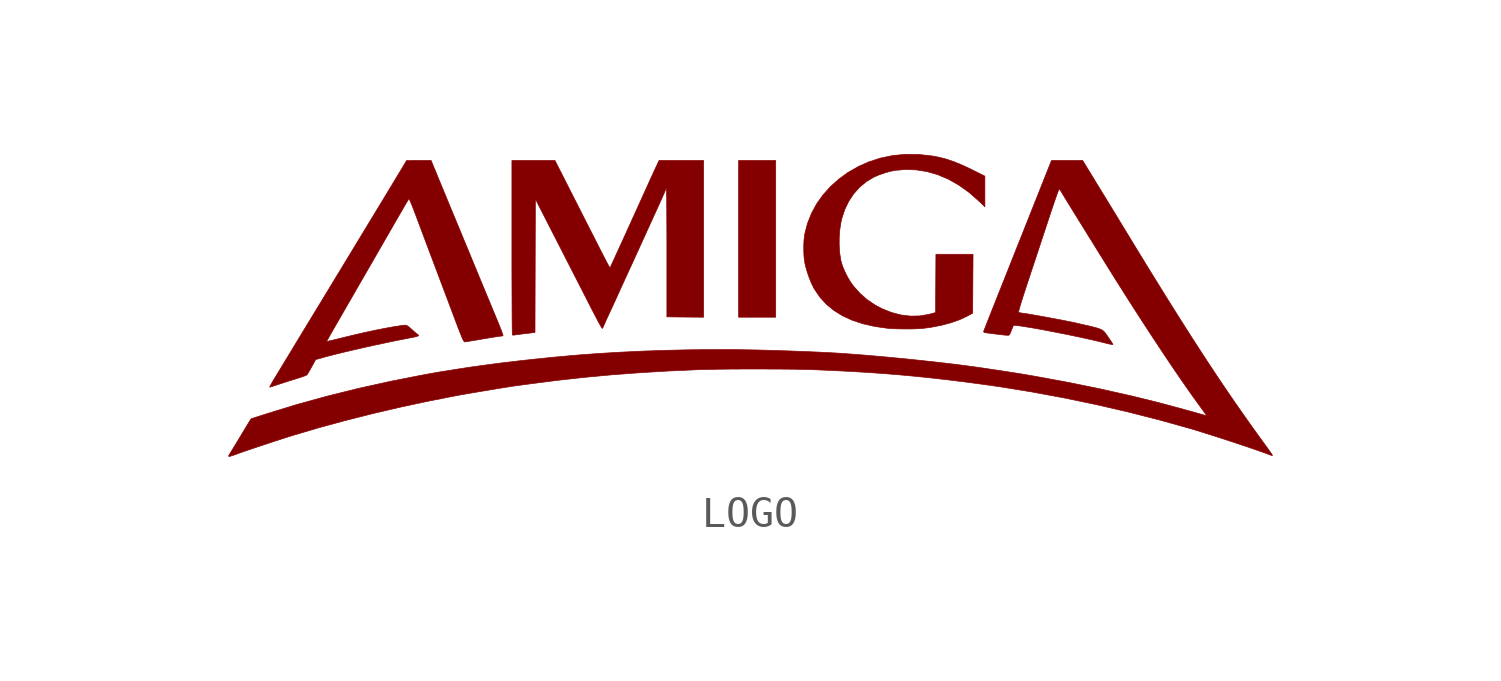
<source format=kicad_sym>
(kicad_symbol_lib
  (version 20220914)
  (generator "bitmap2component")
  (generator_version "9.0")
  (symbol "LOGO"
    (pin_names
      (offset 1.016))
    (property "Reference" "#G"
      (at 0 4.368 0)
      (effects (font (size 1.27 1.27)) hide))
    (symbol "LOGO_0_0"
      (polyline (pts (xy -16.718 -4.854) (xy -16.631 -4.826) (xy -16.506 -4.78) (xy -16.505 -4.78) (xy -16.415 -4.747) (xy -16.291 -4.704) (xy -16.137 -4.651) (xy -15.961 -4.592) (xy -15.771 -4.529) (xy -15.572 -4.463) (xy -15.373 -4.397) (xy -15.18 -4.334) (xy -15 -4.276) (xy -14.839 -4.225) (xy -14.706 -4.184) (xy -14.686 -4.178) (xy -13.872 -3.938) (xy -13.022 -3.707) (xy -12.146 -3.486) (xy -11.253 -3.278) (xy -10.353 -3.085) (xy -9.455 -2.909) (xy -9.341 -2.888) (xy -9.186 -2.861) (xy -9.008 -2.83) (xy -8.813 -2.797) (xy -8.608 -2.762) (xy -8.401 -2.728) (xy -8.197 -2.694) (xy -8.004 -2.663) (xy -7.828 -2.635) (xy -7.676 -2.611) (xy -7.555 -2.593) (xy -7.471 -2.582) (xy -7.429 -2.576) (xy -7.344 -2.565) (xy -7.232 -2.55) (xy -7.102 -2.533) (xy -6.964 -2.514) (xy -6.191 -2.415) (xy -5.339 -2.321) (xy -4.468 -2.24) (xy -3.572 -2.173) (xy -2.644 -2.117) (xy -1.679 -2.074) (xy -1.614 -2.071) (xy -1.421 -2.066) (xy -1.194 -2.062) (xy -0.937 -2.058) (xy -0.658 -2.055) (xy -0.361 -2.053) (xy -0.054 -2.052) (xy 0.257 -2.052) (xy 0.567 -2.053) (xy 0.868 -2.054) (xy 1.155 -2.056) (xy 1.422 -2.059) (xy 1.663 -2.063) (xy 1.871 -2.068) (xy 2.04 -2.074) (xy 2.64 -2.1) (xy 3.22 -2.129) (xy 3.77 -2.162) (xy 4.3 -2.199) (xy 4.818 -2.241) (xy 5.331 -2.288) (xy 5.848 -2.342) (xy 6.378 -2.402) (xy 6.927 -2.47) (xy 7.505 -2.547) (xy 8.055 -2.625) (xy 9.075 -2.791) (xy 10.111 -2.983) (xy 11.151 -3.199) (xy 12.183 -3.438) (xy 13.195 -3.696) (xy 14.176 -3.97) (xy 14.193 -3.975) (xy 14.373 -4.029) (xy 14.576 -4.092) (xy 14.797 -4.162) (xy 15.031 -4.236) (xy 15.272 -4.314) (xy 15.515 -4.394) (xy 15.753 -4.473) (xy 15.982 -4.549) (xy 16.195 -4.622) (xy 16.388 -4.689) (xy 16.554 -4.747) (xy 16.688 -4.796) (xy 16.785 -4.834) (xy 16.808 -4.84) (xy 16.824 -4.834) (xy 16.814 -4.814) (xy 16.782 -4.765) (xy 16.734 -4.695) (xy 16.674 -4.612) (xy 16.661 -4.595) (xy 16.401 -4.238) (xy 16.145 -3.882) (xy 15.892 -3.523) (xy 15.639 -3.161) (xy 15.385 -2.791) (xy 15.128 -2.411) (xy 14.867 -2.019) (xy 14.599 -1.611) (xy 14.323 -1.186) (xy 14.038 -0.74) (xy 13.741 -0.271) (xy 13.43 0.225) (xy 13.105 0.749) (xy 12.762 1.304) (xy 12.402 1.893) (xy 12.021 2.519) (xy 11.999 2.555) (xy 11.89 2.734) (xy 11.785 2.906) (xy 11.687 3.068) (xy 11.598 3.213) (xy 11.523 3.336) (xy 11.465 3.431) (xy 11.427 3.493) (xy 11.402 3.534) (xy 11.344 3.628) (xy 11.271 3.747) (xy 11.188 3.883) (xy 11.099 4.029) (xy 11.01 4.175) (xy 10.71 4.665) (xy 10.209 4.665) (xy 9.707 4.665) (xy 9.386 3.86) (xy 9.29 3.617) (xy 9.1 3.139) (xy 8.914 2.672) (xy 8.735 2.22) (xy 8.562 1.787) (xy 8.399 1.376) (xy 8.246 0.991) (xy 8.105 0.637) (xy 7.977 0.316) (xy 7.865 0.034) (xy 7.843 -0.022) (xy 7.771 -0.203) (xy 7.705 -0.37) (xy 7.646 -0.519) (xy 7.596 -0.645) (xy 7.558 -0.743) (xy 7.533 -0.809) (xy 7.522 -0.838) (xy 7.523 -0.859) (xy 7.548 -0.876) (xy 7.61 -0.888) (xy 7.753 -0.906) (xy 7.935 -0.929) (xy 8.078 -0.946) (xy 8.186 -0.958) (xy 8.262 -0.964) (xy 8.31 -0.966) (xy 8.333 -0.963) (xy 8.356 -0.938) (xy 8.386 -0.882) (xy 8.416 -0.808) (xy 8.444 -0.735) (xy 8.468 -0.677) (xy 8.482 -0.65) (xy 8.5 -0.646) (xy 8.56 -0.649) (xy 8.656 -0.659) (xy 8.785 -0.678) (xy 8.942 -0.703) (xy 9.123 -0.733) (xy 9.323 -0.769) (xy 9.539 -0.809) (xy 9.766 -0.853) (xy 10 -0.899) (xy 10.237 -0.946) (xy 10.472 -0.995) (xy 10.702 -1.044) (xy 10.921 -1.093) (xy 11.127 -1.139) (xy 11.313 -1.184) (xy 11.477 -1.225) (xy 11.533 -1.239) (xy 11.611 -1.256) (xy 11.666 -1.264) (xy 11.686 -1.261) (xy 11.686 -1.261) (xy 11.672 -1.235) (xy 11.638 -1.18) (xy 11.588 -1.105) (xy 11.527 -1.017) (xy 11.497 -0.975) (xy 11.459 -0.919) (xy 11.424 -0.874) (xy 11.389 -0.836) (xy 11.349 -0.804) (xy 11.298 -0.777) (xy 11.233 -0.751) (xy 11.148 -0.725) (xy 11.038 -0.696) (xy 10.899 -0.662) (xy 10.726 -0.623) (xy 10.514 -0.574) (xy 10.449 -0.559) (xy 10.328 -0.534) (xy 10.18 -0.505) (xy 10.012 -0.472) (xy 9.832 -0.438) (xy 9.646 -0.403) (xy 9.461 -0.369) (xy 9.284 -0.337) (xy 9.124 -0.309) (xy 8.986 -0.285) (xy 8.878 -0.268) (xy 8.808 -0.258) (xy 8.745 -0.25) (xy 8.681 -0.238) (xy 8.647 -0.228) (xy 8.647 -0.227) (xy 8.648 -0.201) (xy 8.664 -0.133) (xy 8.695 -0.023) (xy 8.741 0.128) (xy 8.802 0.319) (xy 8.877 0.551) (xy 8.967 0.824) (xy 8.984 0.875) (xy 9.07 1.136) (xy 9.165 1.42) (xy 9.263 1.717) (xy 9.362 2.016) (xy 9.457 2.305) (xy 9.546 2.573) (xy 9.624 2.81) (xy 9.673 2.959) (xy 9.735 3.145) (xy 9.793 3.314) (xy 9.844 3.462) (xy 9.887 3.583) (xy 9.921 3.675) (xy 9.944 3.732) (xy 9.954 3.75) (xy 9.973 3.728) (xy 10.007 3.678) (xy 10.048 3.611) (xy 10.054 3.6) (xy 10.097 3.53) (xy 10.161 3.425) (xy 10.246 3.287) (xy 10.349 3.119) (xy 10.47 2.923) (xy 10.606 2.703) (xy 10.757 2.46) (xy 10.92 2.197) (xy 10.96 2.133) (xy 11.04 2.004) (xy 11.133 1.853) (xy 11.235 1.689) (xy 11.338 1.523) (xy 11.437 1.364) (xy 11.482 1.291) (xy 11.782 0.811) (xy 12.084 0.334) (xy 12.383 -0.135) (xy 12.68 -0.594) (xy 12.971 -1.039) (xy 13.253 -1.466) (xy 13.524 -1.872) (xy 13.783 -2.253) (xy 14.027 -2.606) (xy 14.252 -2.926) (xy 14.458 -3.212) (xy 14.521 -3.298) (xy 14.595 -3.399) (xy 14.646 -3.471) (xy 14.678 -3.518) (xy 14.694 -3.545) (xy 14.696 -3.557) (xy 14.687 -3.558) (xy 14.671 -3.552) (xy 14.668 -3.551) (xy 14.624 -3.537) (xy 14.543 -3.513) (xy 14.431 -3.481) (xy 14.294 -3.443) (xy 14.139 -3.4) (xy 13.97 -3.353) (xy 13.795 -3.305) (xy 13.619 -3.258) (xy 13.448 -3.212) (xy 13.289 -3.169) (xy 13.146 -3.132) (xy 13.027 -3.101) (xy 12.263 -2.914) (xy 11.269 -2.691) (xy 10.249 -2.483) (xy 9.195 -2.289) (xy 9.141 -2.28) (xy 8.998 -2.255) (xy 8.865 -2.232) (xy 8.738 -2.211) (xy 8.61 -2.19) (xy 8.474 -2.169) (xy 8.326 -2.146) (xy 8.157 -2.12) (xy 7.963 -2.091) (xy 7.736 -2.057) (xy 7.471 -2.017) (xy 7.162 -1.973) (xy 6.792 -1.925) (xy 6.39 -1.875) (xy 5.964 -1.826) (xy 5.52 -1.778) (xy 5.066 -1.731) (xy 4.609 -1.686) (xy 4.155 -1.644) (xy 3.711 -1.606) (xy 3.286 -1.573) (xy 2.885 -1.544) (xy 2.735 -1.535) (xy 2.491 -1.522) (xy 2.212 -1.508) (xy 1.906 -1.495) (xy 1.577 -1.482) (xy 1.233 -1.469) (xy 0.878 -1.458) (xy 0.521 -1.447) (xy 0.165 -1.438) (xy -0.496 -1.427) (xy -1.216 -1.426) (xy -1.955 -1.433) (xy -2.701 -1.45) (xy -3.445 -1.475) (xy -4.175 -1.51) (xy -4.883 -1.552) (xy -5.556 -1.602) (xy -5.808 -1.624) (xy -6.365 -1.675) (xy -6.924 -1.732) (xy -7.478 -1.793) (xy -8.018 -1.857) (xy -8.536 -1.925) (xy -9.025 -1.993) (xy -9.477 -2.063) (xy -9.525 -2.071) (xy -9.671 -2.094) (xy -9.802 -2.115) (xy -9.913 -2.133) (xy -9.995 -2.146) (xy -10.041 -2.153) (xy -10.051 -2.155) (xy -10.11 -2.165) (xy -10.202 -2.182) (xy -10.32 -2.203) (xy -10.457 -2.228) (xy -10.604 -2.255) (xy -11.606 -2.453) (xy -12.645 -2.683) (xy -13.654 -2.934) (xy -14.63 -3.204) (xy -15.568 -3.492) (xy -15.646 -3.518) (xy -15.78 -3.56) (xy -15.895 -3.597) (xy -15.985 -3.626) (xy -16.045 -3.644) (xy -16.069 -3.651) (xy -16.069 -3.651) (xy -16.084 -3.671) (xy -16.118 -3.724) (xy -16.168 -3.803) (xy -16.229 -3.903) (xy -16.297 -4.017) (xy -16.352 -4.109) (xy -16.437 -4.251) (xy -16.522 -4.391) (xy -16.598 -4.516) (xy -16.659 -4.615) (xy -16.66 -4.617) (xy -16.715 -4.707) (xy -16.76 -4.783) (xy -16.791 -4.835) (xy -16.802 -4.857) (xy -16.798 -4.865) (xy -16.772 -4.867) (xy -16.718 -4.854)) (stroke (width 0.01) (type default)) (fill (type outline)))
      (polyline (pts (xy -15.444 -2.629) (xy -15.381 -2.609) (xy -15.293 -2.58) (xy -15.189 -2.546) (xy -15.071 -2.507) (xy -14.917 -2.457) (xy -14.759 -2.408) (xy -14.616 -2.364) (xy -14.581 -2.353) (xy -14.472 -2.318) (xy -14.379 -2.286) (xy -14.312 -2.26) (xy -14.28 -2.242) (xy -14.26 -2.215) (xy -14.223 -2.156) (xy -14.175 -2.074) (xy -14.122 -1.98) (xy -13.996 -1.748) (xy -13.692 -1.664) (xy -13.558 -1.628) (xy -13.327 -1.569) (xy -13.065 -1.505) (xy -12.779 -1.438) (xy -12.477 -1.368) (xy -12.167 -1.299) (xy -11.855 -1.232) (xy -11.551 -1.168) (xy -11.261 -1.109) (xy -10.992 -1.057) (xy -10.931 -1.046) (xy -10.816 -1.022) (xy -10.739 -1.004) (xy -10.696 -0.988) (xy -10.68 -0.971) (xy -10.689 -0.953) (xy -10.717 -0.931) (xy -10.748 -0.908) (xy -10.809 -0.858) (xy -10.874 -0.801) (xy -10.926 -0.753) (xy -10.992 -0.696) (xy -11.041 -0.66) (xy -11.086 -0.642) (xy -11.139 -0.64) (xy -11.212 -0.649) (xy -11.317 -0.665) (xy -11.476 -0.69) (xy -11.761 -0.741) (xy -12.077 -0.803) (xy -12.417 -0.876) (xy -12.773 -0.958) (xy -13.138 -1.047) (xy -13.214 -1.066) (xy -13.349 -1.099) (xy -13.465 -1.127) (xy -13.556 -1.148) (xy -13.616 -1.161) (xy -13.639 -1.165) (xy -13.639 -1.162) (xy -13.632 -1.146) (xy -13.616 -1.114) (xy -13.588 -1.063) (xy -13.547 -0.991) (xy -13.492 -0.894) (xy -13.421 -0.769) (xy -13.332 -0.615) (xy -13.224 -0.427) (xy -13.095 -0.203) (xy -13.056 -0.136) (xy -12.977 0.002) (xy -12.903 0.129) (xy -12.839 0.24) (xy -12.788 0.328) (xy -12.756 0.383) (xy -12.737 0.417) (xy -12.687 0.504) (xy -12.619 0.623) (xy -12.535 0.768) (xy -12.438 0.936) (xy -12.331 1.121) (xy -12.216 1.32) (xy -12.096 1.529) (xy -11.973 1.742) (xy -11.85 1.956) (xy -11.729 2.166) (xy -11.613 2.367) (xy -11.504 2.556) (xy -11.405 2.728) (xy -11.318 2.878) (xy -11.246 3.002) (xy -11.192 3.096) (xy -11.157 3.155) (xy -11.146 3.176) (xy -11.09 3.271) (xy -11.042 3.35) (xy -11.008 3.406) (xy -10.991 3.431) (xy -10.989 3.43) (xy -10.973 3.405) (xy -10.945 3.344) (xy -10.907 3.255) (xy -10.863 3.143) (xy -10.813 3.014) (xy -10.798 2.974) (xy -10.753 2.853) (xy -10.695 2.697) (xy -10.626 2.514) (xy -10.548 2.308) (xy -10.465 2.086) (xy -10.377 1.852) (xy -10.287 1.613) (xy -10.197 1.375) (xy -10.177 1.321) (xy -10.082 1.07) (xy -9.985 0.81) (xy -9.887 0.551) (xy -9.791 0.297) (xy -9.701 0.058) (xy -9.619 -0.161) (xy -9.547 -0.351) (xy -9.489 -0.507) (xy -9.488 -0.509) (xy -9.416 -0.7) (xy -9.357 -0.852) (xy -9.31 -0.969) (xy -9.274 -1.056) (xy -9.245 -1.117) (xy -9.223 -1.155) (xy -9.206 -1.175) (xy -9.192 -1.18) (xy -9.175 -1.177) (xy -9.116 -1.168) (xy -9.023 -1.153) (xy -8.904 -1.133) (xy -8.765 -1.11) (xy -8.613 -1.084) (xy -8.512 -1.067) (xy -8.367 -1.043) (xy -8.238 -1.022) (xy -8.133 -1.006) (xy -8.059 -0.995) (xy -8.023 -0.992) (xy -7.987 -0.988) (xy -7.959 -0.975) (xy -7.963 -0.956) (xy -7.982 -0.901) (xy -8.014 -0.815) (xy -8.057 -0.703) (xy -8.11 -0.573) (xy -8.169 -0.428) (xy -8.203 -0.347) (xy -8.261 -0.208) (xy -8.319 -0.067) (xy -8.38 0.08) (xy -8.445 0.236) (xy -8.516 0.407) (xy -8.594 0.597) (xy -8.682 0.807) (xy -8.78 1.044) (xy -8.89 1.311) (xy -9.014 1.611) (xy -9.154 1.95) (xy -9.218 2.103) (xy -9.3 2.302) (xy -9.38 2.496) (xy -9.457 2.68) (xy -9.525 2.845) (xy -9.583 2.983) (xy -9.626 3.088) (xy -9.669 3.191) (xy -9.729 3.337) (xy -9.799 3.506) (xy -9.874 3.688) (xy -9.951 3.873) (xy -10.024 4.051) (xy -10.277 4.665) (xy -10.672 4.665) (xy -11.066 4.664) (xy -11.17 4.49) (xy -11.183 4.467) (xy -11.226 4.396) (xy -11.289 4.292) (xy -11.371 4.157) (xy -11.469 3.994) (xy -11.582 3.807) (xy -11.708 3.599) (xy -11.845 3.373) (xy -11.991 3.132) (xy -12.144 2.879) (xy -12.303 2.618) (xy -12.464 2.351) (xy -12.628 2.082) (xy -12.79 1.814) (xy -12.822 1.762) (xy -12.893 1.645) (xy -12.981 1.5) (xy -13.083 1.332) (xy -13.195 1.147) (xy -13.314 0.951) (xy -13.436 0.751) (xy -13.556 0.552) (xy -13.633 0.426) (xy -13.752 0.23) (xy -13.868 0.038) (xy -13.979 -0.143) (xy -14.079 -0.309) (xy -14.167 -0.453) (xy -14.238 -0.57) (xy -14.289 -0.653) (xy -14.318 -0.701) (xy -14.393 -0.825) (xy -14.483 -0.973) (xy -14.58 -1.133) (xy -14.68 -1.297) (xy -14.774 -1.454) (xy -14.813 -1.518) (xy -14.914 -1.684) (xy -15.018 -1.855) (xy -15.118 -2.021) (xy -15.209 -2.171) (xy -15.284 -2.293) (xy -15.345 -2.395) (xy -15.402 -2.492) (xy -15.444 -2.568) (xy -15.47 -2.619) (xy -15.476 -2.637) (xy -15.475 -2.637) (xy -15.444 -2.629)) (stroke (width 0.01) (type default)) (fill (type outline)))
      (polyline (pts (xy -7.598 -0.959) (xy -7.587 -0.957) (xy -7.557 -0.952) (xy -7.511 -0.945) (xy -7.442 -0.936) (xy -7.346 -0.924) (xy -7.217 -0.909) (xy -7.049 -0.889) (xy -6.931 -0.875) (xy -6.925 1.277) (xy -6.919 3.428) (xy -6.651 2.903) (xy -6.644 2.889) (xy -6.57 2.745) (xy -6.48 2.569) (xy -6.379 2.371) (xy -6.27 2.158) (xy -6.157 1.938) (xy -6.045 1.719) (xy -5.939 1.51) (xy -5.835 1.307) (xy -5.714 1.071) (xy -5.588 0.825) (xy -5.463 0.581) (xy -5.343 0.346) (xy -5.234 0.133) (xy -5.141 -0.051) (xy -5.072 -0.184) (xy -4.993 -0.336) (xy -4.922 -0.471) (xy -4.861 -0.583) (xy -4.814 -0.669) (xy -4.781 -0.724) (xy -4.767 -0.744) (xy -4.752 -0.734) (xy -4.732 -0.695) (xy -4.723 -0.672) (xy -4.696 -0.611) (xy -4.657 -0.522) (xy -4.608 -0.414) (xy -4.553 -0.295) (xy -4.524 -0.233) (xy -4.458 -0.09) (xy -4.393 0.052) (xy -4.333 0.18) (xy -4.287 0.282) (xy -4.254 0.355) (xy -4.213 0.445) (xy -4.172 0.535) (xy -4.129 0.631) (xy -4.079 0.74) (xy -4.019 0.87) (xy -3.947 1.026) (xy -3.86 1.217) (xy -3.812 1.32) (xy -3.742 1.473) (xy -3.673 1.625) (xy -3.61 1.762) (xy -3.561 1.871) (xy -3.522 1.956) (xy -3.456 2.101) (xy -3.388 2.249) (xy -3.33 2.378) (xy -3.303 2.438) (xy -3.251 2.551) (xy -3.187 2.691) (xy -3.116 2.848) (xy -3.041 3.011) (xy -2.966 3.174) (xy -2.901 3.318) (xy -2.841 3.452) (xy -2.79 3.566) (xy -2.75 3.656) (xy -2.725 3.717) (xy -2.716 3.742) (xy -2.716 3.743) (xy -2.699 3.772) (xy -2.699 3.771) (xy -2.696 3.744) (xy -2.694 3.675) (xy -2.692 3.568) (xy -2.689 3.425) (xy -2.688 3.251) (xy -2.686 3.048) (xy -2.685 2.818) (xy -2.684 2.566) (xy -2.683 2.295) (xy -2.682 2.007) (xy -2.682 1.705) (xy -2.682 -0.372) (xy -2.09 -0.378) (xy -1.499 -0.384) (xy -1.499 2.141) (xy -1.499 4.665) (xy -2.216 4.665) (xy -2.934 4.665) (xy -3.026 4.468) (xy -3.033 4.454) (xy -3.061 4.394) (xy -3.094 4.324) (xy -3.132 4.24) (xy -3.177 4.141) (xy -3.232 4.021) (xy -3.297 3.877) (xy -3.375 3.707) (xy -3.466 3.506) (xy -3.572 3.27) (xy -3.696 2.998) (xy -3.77 2.835) (xy -3.865 2.625) (xy -3.96 2.416) (xy -4.053 2.211) (xy -4.143 2.014) (xy -4.227 1.83) (xy -4.304 1.662) (xy -4.371 1.514) (xy -4.428 1.391) (xy -4.471 1.297) (xy -4.499 1.236) (xy -4.511 1.212) (xy -4.514 1.21) (xy -4.52 1.214) (xy -4.529 1.227) (xy -4.544 1.251) (xy -4.566 1.289) (xy -4.596 1.344) (xy -4.635 1.418) (xy -4.684 1.514) (xy -4.746 1.634) (xy -4.822 1.781) (xy -4.912 1.958) (xy -5.018 2.167) (xy -5.143 2.412) (xy -5.286 2.693) (xy -5.337 2.795) (xy -5.449 3.014) (xy -5.562 3.237) (xy -5.674 3.457) (xy -5.78 3.665) (xy -5.876 3.856) (xy -5.96 4.02) (xy -6.027 4.152) (xy -6.288 4.665) (xy -6.981 4.665) (xy -7.674 4.665) (xy -7.674 1.863) (xy -7.674 1.529) (xy -7.674 1.19) (xy -7.673 0.865) (xy -7.672 0.558) (xy -7.671 0.271) (xy -7.67 0.008) (xy -7.669 -0.229) (xy -7.668 -0.438) (xy -7.666 -0.615) (xy -7.665 -0.757) (xy -7.663 -0.863) (xy -7.661 -0.93) (xy -7.66 -0.954) (xy -7.642 -0.96) (xy -7.598 -0.959)) (stroke (width 0.01) (type default)) (fill (type outline)))
      (polyline (pts (xy 5.127 -0.762) (xy 5.299 -0.759) (xy 5.449 -0.752) (xy 5.567 -0.743) (xy 5.835 -0.707) (xy 6.167 -0.642) (xy 6.473 -0.56) (xy 6.749 -0.463) (xy 6.987 -0.351) (xy 7.167 -0.253) (xy 7.173 0.696) (xy 7.179 1.645) (xy 6.582 1.645) (xy 5.984 1.645) (xy 5.978 0.706) (xy 5.973 -0.233) (xy 5.826 -0.274) (xy 5.757 -0.292) (xy 5.463 -0.342) (xy 5.162 -0.348) (xy 4.857 -0.311) (xy 4.553 -0.232) (xy 4.251 -0.111) (xy 4.021 0.011) (xy 3.766 0.183) (xy 3.535 0.387) (xy 3.32 0.628) (xy 3.226 0.761) (xy 3.132 0.921) (xy 3.047 1.092) (xy 2.977 1.259) (xy 2.931 1.409) (xy 2.921 1.45) (xy 2.885 1.679) (xy 2.868 1.933) (xy 2.869 2.196) (xy 2.89 2.456) (xy 2.929 2.697) (xy 2.951 2.792) (xy 3.045 3.08) (xy 3.173 3.346) (xy 3.333 3.588) (xy 3.521 3.8) (xy 3.736 3.98) (xy 3.973 4.123) (xy 3.974 4.124) (xy 4.142 4.197) (xy 4.329 4.263) (xy 4.516 4.316) (xy 4.684 4.348) (xy 4.997 4.374) (xy 5.353 4.362) (xy 5.704 4.306) (xy 6.049 4.205) (xy 6.387 4.061) (xy 6.718 3.874) (xy 7.04 3.645) (xy 7.352 3.372) (xy 7.561 3.173) (xy 7.561 3.666) (xy 7.561 4.16) (xy 7.15 4.365) (xy 7.141 4.37) (xy 6.842 4.511) (xy 6.571 4.623) (xy 6.324 4.708) (xy 6.096 4.767) (xy 5.842 4.814) (xy 5.415 4.86) (xy 4.998 4.863) (xy 4.591 4.824) (xy 4.197 4.742) (xy 3.816 4.618) (xy 3.483 4.469) (xy 3.154 4.281) (xy 2.854 4.063) (xy 2.583 3.82) (xy 2.344 3.552) (xy 2.14 3.264) (xy 1.973 2.956) (xy 1.845 2.633) (xy 1.759 2.296) (xy 1.75 2.245) (xy 1.733 2.082) (xy 1.726 1.897) (xy 1.728 1.707) (xy 1.738 1.528) (xy 1.759 1.377) (xy 1.781 1.274) (xy 1.833 1.089) (xy 1.898 0.899) (xy 1.97 0.719) (xy 2.044 0.568) (xy 2.076 0.512) (xy 2.251 0.256) (xy 2.46 0.029) (xy 2.704 -0.17) (xy 2.981 -0.341) (xy 3.293 -0.483) (xy 3.64 -0.597) (xy 4.022 -0.683) (xy 4.44 -0.742) (xy 4.469 -0.745) (xy 4.606 -0.753) (xy 4.769 -0.759) (xy 4.946 -0.762) (xy 5.127 -0.762)) (stroke (width 0.01) (type default)) (fill (type outline)))
      (polyline (pts (xy 0.823 2.141) (xy 0.823 4.665) (xy 0.225 4.665) (xy -0.372 4.665) (xy -0.372 2.141) (xy -0.372 -0.383) (xy 0.225 -0.383) (xy 0.823 -0.383) (xy 0.823 2.141)) (stroke (width 0.01) (type default)) (fill (type outline))))))
</source>
